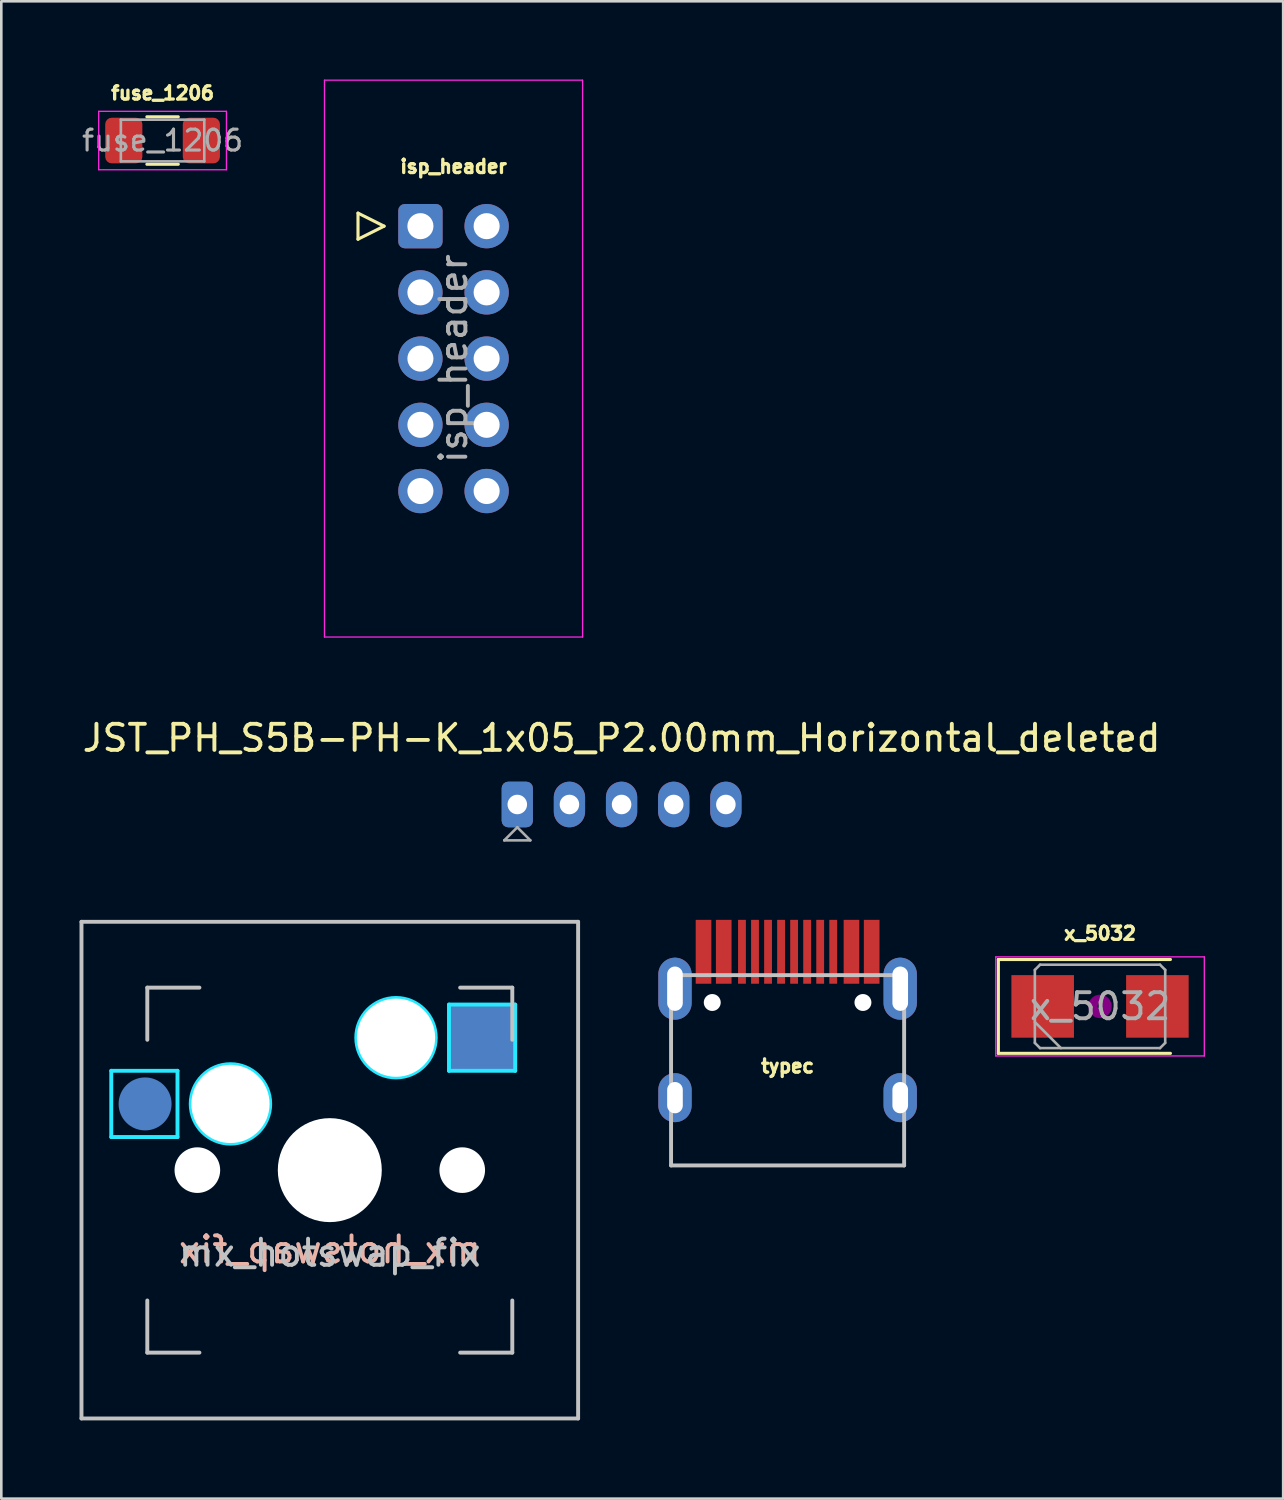
<source format=kicad_pcb>
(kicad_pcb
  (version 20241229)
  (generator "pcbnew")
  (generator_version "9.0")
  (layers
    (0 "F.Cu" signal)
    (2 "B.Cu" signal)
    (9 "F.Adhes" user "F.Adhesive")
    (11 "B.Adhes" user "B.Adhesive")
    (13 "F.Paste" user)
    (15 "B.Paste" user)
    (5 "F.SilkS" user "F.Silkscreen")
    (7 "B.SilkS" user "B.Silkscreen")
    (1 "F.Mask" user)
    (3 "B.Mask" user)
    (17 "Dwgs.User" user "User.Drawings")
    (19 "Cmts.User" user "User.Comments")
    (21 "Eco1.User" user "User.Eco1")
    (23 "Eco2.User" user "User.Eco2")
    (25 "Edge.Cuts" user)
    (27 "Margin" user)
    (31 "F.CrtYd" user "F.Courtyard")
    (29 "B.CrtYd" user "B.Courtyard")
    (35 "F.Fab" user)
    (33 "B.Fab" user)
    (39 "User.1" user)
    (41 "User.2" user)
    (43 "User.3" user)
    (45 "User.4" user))
  (footprint "JST_PH_S5B-PH-K_1x05_P2.00mm_Horizontal_deleted"
    (layer "F.Cu")
    (at 16.792 27.808)
    (property "Reference" "JST_PH_S5B-PH-K_1x05_P2.00mm_Horizontal_deleted" (at 4 -2.55 180) (layer "F.SilkS") (effects (font (size 1 1) (thickness 0.15))))
    (attr through_hole)
    (fp_line (start -0.5 1.375) (end 0.5 1.375) (stroke (width 0.1) (type solid)) (layer "F.Fab"))
    (fp_line (start 0 0.875) (end -0.5 1.375) (stroke (width 0.1) (type solid)) (layer "F.Fab"))
    (fp_line (start 0.5 1.375) (end 0 0.875) (stroke (width 0.1) (type solid)) (layer "F.Fab"))
    (pad "1" thru_hole roundrect (at 0 0) (size 1.2 1.75) (drill 0.75) (layers "*.Cu" "*.Mask") (roundrect_rratio 0.208))
    (pad "2" thru_hole oval (at 2 0) (size 1.2 1.75) (drill 0.75) (layers "*.Cu" "*.Mask"))
    (pad "3" thru_hole oval (at 4 0) (size 1.2 1.75) (drill 0.75) (layers "*.Cu" "*.Mask"))
    (pad "4" thru_hole oval (at 6 0) (size 1.2 1.75) (drill 0.75) (layers "*.Cu" "*.Mask"))
    (pad "5" thru_hole oval (at 8 0) (size 1.2 1.75) (drill 0.75) (layers "*.Cu" "*.Mask")))
  (footprint "fuse_1206"
    (layer "F.Cu")
    (at 3.186 2.34)
    (property "Reference" "fuse_1206" (at 0 -1.82 0) (layer "F.SilkS") (effects (font (size 0.508 0.508) (thickness 0.127))))
    (attr smd)
    (fp_line (start -0.602 -0.91) (end 0.602 -0.91) (stroke (width 0.12) (type solid)) (layer "F.SilkS"))
    (fp_line (start -0.602 0.91) (end 0.602 0.91) (stroke (width 0.12) (type solid)) (layer "F.SilkS"))
    (fp_line (start -2.45 -1.12) (end 2.45 -1.12) (stroke (width 0.05) (type solid)) (layer "F.CrtYd"))
    (fp_line (start -2.45 1.12) (end -2.45 -1.12) (stroke (width 0.05) (type solid)) (layer "F.CrtYd"))
    (fp_line (start 2.45 -1.12) (end 2.45 1.12) (stroke (width 0.05) (type solid)) (layer "F.CrtYd"))
    (fp_line (start 2.45 1.12) (end -2.45 1.12) (stroke (width 0.05) (type solid)) (layer "F.CrtYd"))
    (fp_line (start -1.6 -0.8) (end 1.6 -0.8) (stroke (width 0.1) (type solid)) (layer "F.Fab"))
    (fp_line (start -1.6 0.8) (end -1.6 -0.8) (stroke (width 0.1) (type solid)) (layer "F.Fab"))
    (fp_line (start 1.6 -0.8) (end 1.6 0.8) (stroke (width 0.1) (type solid)) (layer "F.Fab"))
    (fp_line (start 1.6 0.8) (end -1.6 0.8) (stroke (width 0.1) (type solid)) (layer "F.Fab"))
    (fp_text user "${REFERENCE}" (at 0 0 0) (layer "F.Fab") (effects (font (size 0.8 0.8) (thickness 0.12))))
    (pad "1" smd roundrect (at -1.488 0) (size 1.425 1.75) (layers "F.Cu" "F.Mask" "F.Paste") (roundrect_rratio 0.175))
    (pad "2" smd roundrect (at 1.488 0) (size 1.425 1.75) (layers "F.Cu" "F.Mask" "F.Paste") (roundrect_rratio 0.175)))
  (footprint "typec"
    (layer "F.Cu")
    (at 27.16 41.653)
    (property "Reference" "typec" (at 0 -3.81 0) (layer "F.SilkS") (effects (font (size 0.508 0.508) (thickness 0.127))))
    (attr smd)
    (fp_line (start -4.47 -7.3) (end 4.47 -7.3) (stroke (width 0.15) (type solid)) (layer "Dwgs.User"))
    (fp_line (start -4.47 0) (end -4.47 -7.3) (stroke (width 0.15) (type solid)) (layer "Dwgs.User"))
    (fp_line (start -4.47 0) (end 4.47 0) (stroke (width 0.15) (type solid)) (layer "Dwgs.User"))
    (fp_line (start 4.47 0) (end 4.47 -7.3) (stroke (width 0.15) (type solid)) (layer "Dwgs.User"))
    (pad "" np_thru_hole circle (at -2.89 -6.25) (size 0.65 0.65) (drill 0.65) (layers "*.Cu" "*.Mask"))
    (pad "" np_thru_hole circle (at 2.89 -6.25) (size 0.65 0.65) (drill 0.65) (layers "*.Cu" "*.Mask"))
    (pad "1" smd rect (at -3.225 -8.195) (size 0.6 2.45) (layers "F.Cu" "F.Mask" "F.Paste"))
    (pad "2" smd rect (at -2.45 -8.195) (size 0.6 2.45) (layers "F.Cu" "F.Mask" "F.Paste"))
    (pad "3" smd rect (at -1.75 -8.195) (size 0.3 2.45) (layers "F.Cu" "F.Mask" "F.Paste"))
    (pad "4" smd rect (at -1.25 -8.195) (size 0.3 2.45) (layers "F.Cu" "F.Mask" "F.Paste"))
    (pad "5" smd rect (at -0.75 -8.195) (size 0.3 2.45) (layers "F.Cu" "F.Mask" "F.Paste"))
    (pad "6" smd rect (at -0.25 -8.195) (size 0.3 2.45) (layers "F.Cu" "F.Mask" "F.Paste"))
    (pad "7" smd rect (at 0.25 -8.195) (size 0.3 2.45) (layers "F.Cu" "F.Mask" "F.Paste"))
    (pad "8" smd rect (at 0.75 -8.195) (size 0.3 2.45) (layers "F.Cu" "F.Mask" "F.Paste"))
    (pad "9" smd rect (at 1.25 -8.195) (size 0.3 2.45) (layers "F.Cu" "F.Mask" "F.Paste"))
    (pad "10" smd rect (at 1.75 -8.195) (size 0.3 2.45) (layers "F.Cu" "F.Mask" "F.Paste"))
    (pad "11" smd rect (at 2.45 -8.195) (size 0.6 2.45) (layers "F.Cu" "F.Mask" "F.Paste"))
    (pad "12" smd rect (at 3.225 -8.195) (size 0.6 2.45) (layers "F.Cu" "F.Mask" "F.Paste"))
    (pad "13" thru_hole oval (at -4.32 -6.78) (size 1.279 2.379) (drill oval 0.6 1.7) (layers "*.Cu" "B.Mask"))
    (pad "13" thru_hole oval (at -4.32 -2.6) (size 1.279 1.879) (drill oval 0.6 1.2) (layers "*.Cu" "B.Mask"))
    (pad "13" thru_hole oval (at 4.32 -6.78) (size 1.279 2.379) (drill oval 0.6 1.7) (layers "*.Cu" "B.Mask"))
    (pad "13" thru_hole oval (at 4.32 -2.6) (size 1.279 1.879) (drill oval 0.6 1.2) (layers "*.Cu" "B.Mask")))
  (footprint "isp_header"
    (layer "F.Cu")
    (at 13.076 5.625)
    (property "Reference" "isp_header" (at 1.27 -2.286 0) (layer "F.SilkS") (effects (font (size 0.508 0.508) (thickness 0.127))))
    (attr through_hole)
    (fp_line (start -2.394 -0.5) (end -2.394 0.5) (stroke (width 0.12) (type solid)) (layer "F.SilkS"))
    (fp_line (start -2.394 0.5) (end -1.394 0) (stroke (width 0.12) (type solid)) (layer "F.SilkS"))
    (fp_line (start -1.394 0) (end -2.394 -0.5) (stroke (width 0.12) (type solid)) (layer "F.SilkS"))
    (fp_line (start -3.68 -5.6) (end -3.68 15.76) (stroke (width 0.05) (type solid)) (layer "F.CrtYd"))
    (fp_line (start -3.68 15.76) (end 6.22 15.76) (stroke (width 0.05) (type solid)) (layer "F.CrtYd"))
    (fp_line (start 6.22 -5.6) (end -3.68 -5.6) (stroke (width 0.05) (type solid)) (layer "F.CrtYd"))
    (fp_line (start 6.22 15.76) (end 6.22 -5.6) (stroke (width 0.05) (type solid)) (layer "F.CrtYd"))
    (fp_text user "${REFERENCE}" (at 1.27 5.08 90) (layer "F.Fab") (effects (font (size 1 1) (thickness 0.15))))
    (pad "1" thru_hole roundrect (at 0 0) (size 1.7 1.7) (drill 1) (layers "*.Cu" "*.Mask") (roundrect_rratio 0.147))
    (pad "2" thru_hole circle (at 2.54 0) (size 1.7 1.7) (drill 1) (layers "*.Cu" "*.Mask"))
    (pad "3" thru_hole circle (at 0 2.54) (size 1.7 1.7) (drill 1) (layers "*.Cu" "*.Mask"))
    (pad "4" thru_hole circle (at 2.54 2.54) (size 1.7 1.7) (drill 1) (layers "*.Cu" "*.Mask"))
    (pad "5" thru_hole circle (at 0 5.08) (size 1.7 1.7) (drill 1) (layers "*.Cu" "*.Mask"))
    (pad "6" thru_hole circle (at 2.54 5.08) (size 1.7 1.7) (drill 1) (layers "*.Cu" "*.Mask"))
    (pad "7" thru_hole circle (at 0 7.62) (size 1.7 1.7) (drill 1) (layers "*.Cu" "*.Mask"))
    (pad "8" thru_hole circle (at 2.54 7.62) (size 1.7 1.7) (drill 1) (layers "*.Cu" "*.Mask"))
    (pad "9" thru_hole circle (at 0 10.16) (size 1.7 1.7) (drill 1) (layers "*.Cu" "*.Mask"))
    (pad "10" thru_hole circle (at 2.54 10.16) (size 1.7 1.7) (drill 1) (layers "*.Cu" "*.Mask")))
  (footprint "mx_hotswap_fix"
    (layer "F.Cu")
    (at 9.6 41.833)
    (property "Reference" "mx_hotswap_fix" (at 0 3.175 0) (layer "Dwgs.User") (effects (font (size 1 1) (thickness 0.15))))
    (attr smd)
    (fp_line (start -9.525 -9.525) (end 9.525 -9.525) (stroke (width 0.15) (type solid)) (layer "Dwgs.User"))
    (fp_line (start -9.525 9.525) (end -9.525 -9.525) (stroke (width 0.15) (type solid)) (layer "Dwgs.User"))
    (fp_line (start -7 -7) (end -7 -5) (stroke (width 0.15) (type solid)) (layer "Dwgs.User"))
    (fp_line (start -7 5) (end -7 7) (stroke (width 0.15) (type solid)) (layer "Dwgs.User"))
    (fp_line (start -7 7) (end -5 7) (stroke (width 0.15) (type solid)) (layer "Dwgs.User"))
    (fp_line (start -5 -7) (end -7 -7) (stroke (width 0.15) (type solid)) (layer "Dwgs.User"))
    (fp_line (start 5 -7) (end 7 -7) (stroke (width 0.15) (type solid)) (layer "Dwgs.User"))
    (fp_line (start 5 7) (end 7 7) (stroke (width 0.15) (type solid)) (layer "Dwgs.User"))
    (fp_line (start 7 -7) (end 7 -5) (stroke (width 0.15) (type solid)) (layer "Dwgs.User"))
    (fp_line (start 7 7) (end 7 5) (stroke (width 0.15) (type solid)) (layer "Dwgs.User"))
    (fp_line (start 9.525 -9.525) (end 9.525 9.525) (stroke (width 0.15) (type solid)) (layer "Dwgs.User"))
    (fp_line (start 9.525 9.525) (end -9.525 9.525) (stroke (width 0.15) (type solid)) (layer "Dwgs.User"))
    (fp_line (start -8.382 -3.81) (end -8.382 -1.27) (stroke (width 0.15) (type solid)) (layer "B.CrtYd"))
    (fp_line (start -8.382 -1.27) (end -5.842 -1.27) (stroke (width 0.15) (type solid)) (layer "B.CrtYd"))
    (fp_line (start -5.842 -3.81) (end -8.382 -3.81) (stroke (width 0.15) (type solid)) (layer "B.CrtYd"))
    (fp_line (start -5.842 -1.27) (end -5.842 -3.81) (stroke (width 0.15) (type solid)) (layer "B.CrtYd"))
    (fp_line (start 4.572 -6.35) (end 7.112 -6.35) (stroke (width 0.15) (type solid)) (layer "B.CrtYd"))
    (fp_line (start 4.572 -3.81) (end 4.572 -6.35) (stroke (width 0.15) (type solid)) (layer "B.CrtYd"))
    (fp_line (start 7.112 -6.35) (end 7.112 -3.81) (stroke (width 0.15) (type solid)) (layer "B.CrtYd"))
    (fp_line (start 7.112 -3.81) (end 4.572 -3.81) (stroke (width 0.15) (type solid)) (layer "B.CrtYd"))
    (fp_circle (center -3.81 -2.54) (end -3.81 -4.064) (stroke (width 0.15) (type solid)) (fill no) (layer "B.CrtYd"))
    (fp_circle (center 2.54 -5.08) (end 2.54 -6.604) (stroke (width 0.15) (type solid)) (fill no) (layer "B.CrtYd"))
    (fp_text user "${REFERENCE}" (at 0 3.048 0) (layer "B.SilkS") (effects (font (size 1 1) (thickness 0.15)) (justify mirror)))
    (pad "" np_thru_hole circle (at -5.08 0 48.1) (size 1.75 1.75) (drill 1.75) (layers "*.Cu" "*.Mask"))
    (pad "" np_thru_hole circle (at -3.81 -2.54) (size 3 3) (drill 3) (layers "*.Cu" "*.Mask"))
    (pad "" np_thru_hole circle (at 0 0) (size 3.988 3.988) (drill 3.988) (layers "*.Cu" "*.Mask"))
    (pad "" np_thru_hole circle (at 2.54 -5.08) (size 3 3) (drill 3) (layers "*.Cu" "*.Mask"))
    (pad "" np_thru_hole circle (at 5.08 0 48.1) (size 1.75 1.75) (drill 1.75) (layers "*.Cu" "*.Mask"))
    (pad "1" smd circle (at -7.085 -2.54) (size 2.032 2.032) (layers "B.Cu" "B.Mask" "B.Paste"))
    (pad "2" smd rect (at 5.842 -5.08) (size 2.55 2.5) (layers "B.Cu" "B.Mask" "B.Paste")))
  (footprint "x_5032"
    (layer "F.Cu")
    (at 39.144 35.553)
    (property "Reference" "x_5032" (at 0 -2.8 0) (layer "F.SilkS") (effects (font (size 0.508 0.508) (thickness 0.127))))
    (attr smd)
    (fp_line (start -3.9 -1.8) (end -3.9 1.8) (stroke (width 0.12) (type solid)) (layer "F.SilkS"))
    (fp_line (start -3.9 1.8) (end 2.7 1.8) (stroke (width 0.12) (type solid)) (layer "F.SilkS"))
    (fp_line (start 2.7 -1.8) (end -3.9 -1.8) (stroke (width 0.12) (type solid)) (layer "F.SilkS"))
    (fp_circle (center 0 0) (end 0.093 0) (stroke (width 0.187) (type solid)) (fill no) (layer "F.Adhes"))
    (fp_circle (center 0 0) (end 0.213 0) (stroke (width 0.133) (type solid)) (fill no) (layer "F.Adhes"))
    (fp_circle (center 0 0) (end 0.333 0) (stroke (width 0.133) (type solid)) (fill no) (layer "F.Adhes"))
    (fp_circle (center 0 0) (end 0.4 0) (stroke (width 0.1) (type solid)) (fill no) (layer "F.Adhes"))
    (fp_line (start -4 -1.9) (end -4 1.9) (stroke (width 0.05) (type solid)) (layer "F.CrtYd"))
    (fp_line (start -4 1.9) (end 4 1.9) (stroke (width 0.05) (type solid)) (layer "F.CrtYd"))
    (fp_line (start 4 -1.9) (end -4 -1.9) (stroke (width 0.05) (type solid)) (layer "F.CrtYd"))
    (fp_line (start 4 1.9) (end 4 -1.9) (stroke (width 0.05) (type solid)) (layer "F.CrtYd"))
    (fp_line (start -2.5 -1.4) (end -2.3 -1.6) (stroke (width 0.1) (type solid)) (layer "F.Fab"))
    (fp_line (start -2.5 0.6) (end -1.5 1.6) (stroke (width 0.1) (type solid)) (layer "F.Fab"))
    (fp_line (start -2.5 1.4) (end -2.5 -1.4) (stroke (width 0.1) (type solid)) (layer "F.Fab"))
    (fp_line (start -2.3 -1.6) (end 2.3 -1.6) (stroke (width 0.1) (type solid)) (layer "F.Fab"))
    (fp_line (start -2.3 1.6) (end -2.5 1.4) (stroke (width 0.1) (type solid)) (layer "F.Fab"))
    (fp_line (start 2.3 -1.6) (end 2.5 -1.4) (stroke (width 0.1) (type solid)) (layer "F.Fab"))
    (fp_line (start 2.3 1.6) (end -2.3 1.6) (stroke (width 0.1) (type solid)) (layer "F.Fab"))
    (fp_line (start 2.5 -1.4) (end 2.5 1.4) (stroke (width 0.1) (type solid)) (layer "F.Fab"))
    (fp_line (start 2.5 1.4) (end 2.3 1.6) (stroke (width 0.1) (type solid)) (layer "F.Fab"))
    (fp_text user "${REFERENCE}" (at 0 0 0) (layer "F.Fab") (effects (font (size 1 1) (thickness 0.15))))
    (pad "1" smd rect (at -2.2 0) (size 2.4 2.4) (layers "F.Cu" "F.Mask" "F.Paste"))
    (pad "2" smd rect (at 2.2 0) (size 2.4 2.4) (layers "F.Cu" "F.Mask" "F.Paste")))
  (gr_rect
    (start -3 -3)
    (end 46.169 54.433)
    (stroke (width 0.1) (type default))
    (fill no)
    (layer "Edge.Cuts")))
</source>
